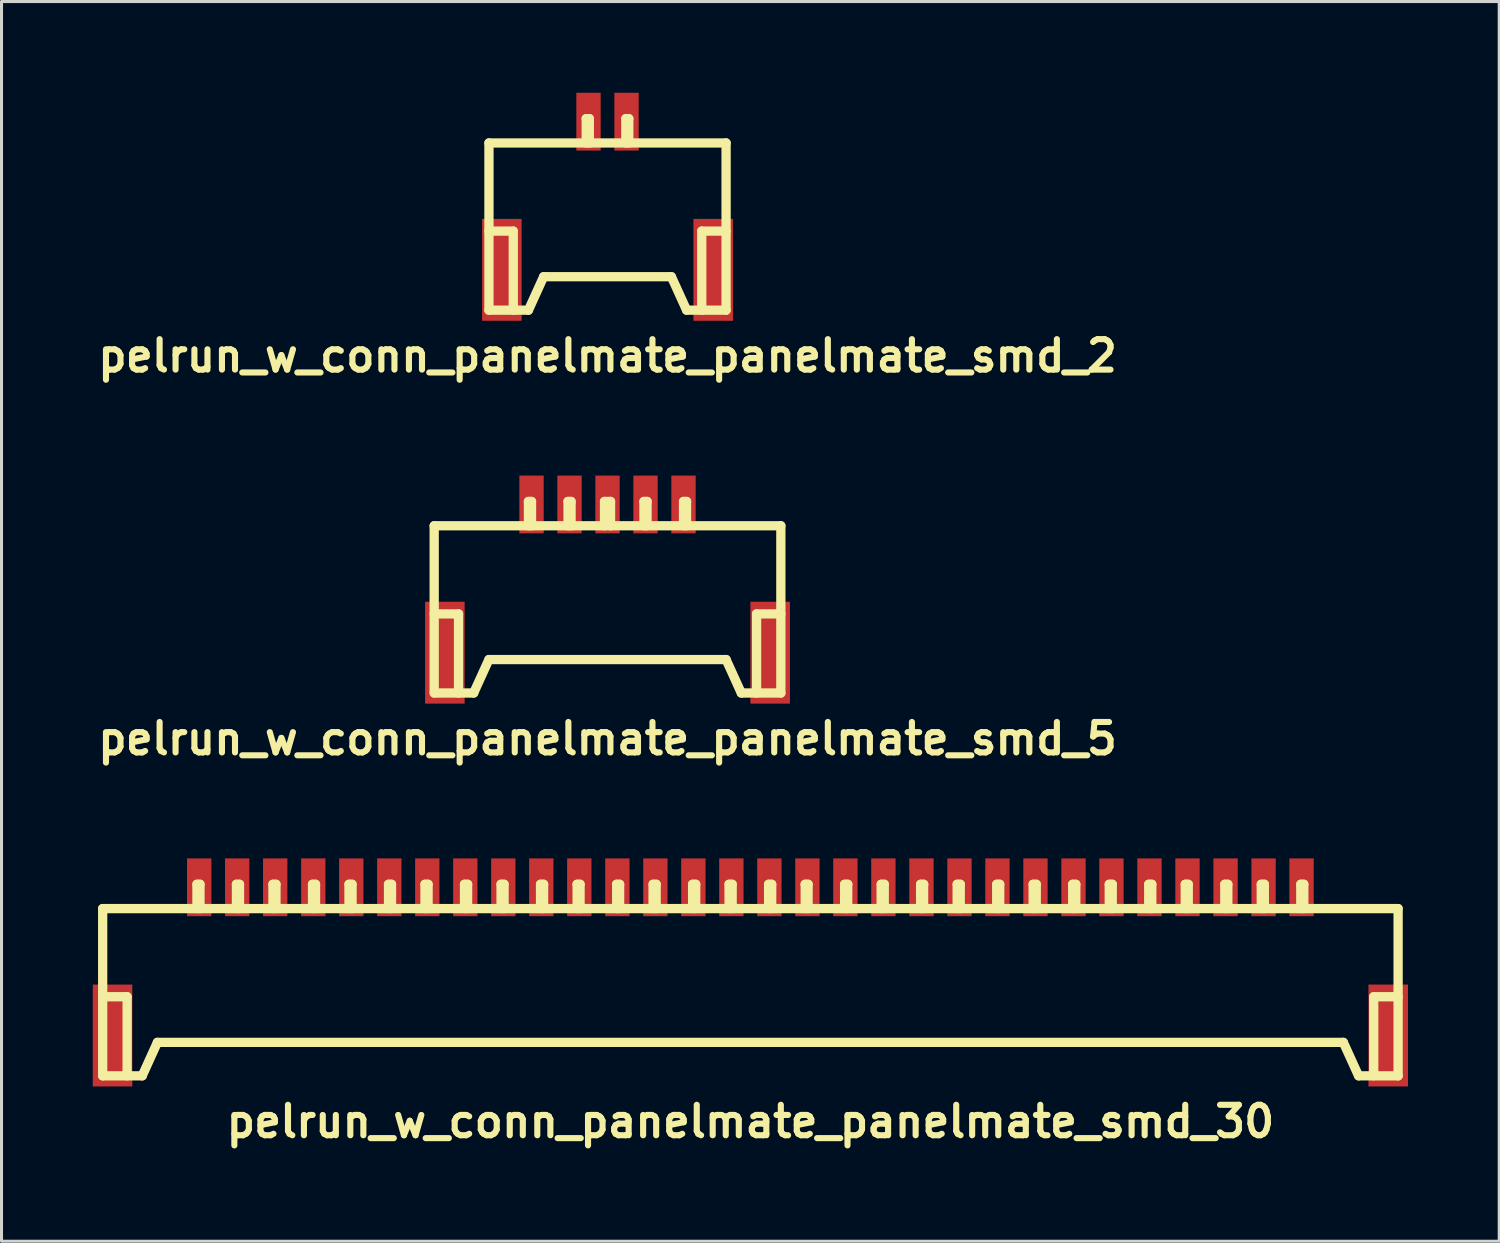
<source format=kicad_pcb>
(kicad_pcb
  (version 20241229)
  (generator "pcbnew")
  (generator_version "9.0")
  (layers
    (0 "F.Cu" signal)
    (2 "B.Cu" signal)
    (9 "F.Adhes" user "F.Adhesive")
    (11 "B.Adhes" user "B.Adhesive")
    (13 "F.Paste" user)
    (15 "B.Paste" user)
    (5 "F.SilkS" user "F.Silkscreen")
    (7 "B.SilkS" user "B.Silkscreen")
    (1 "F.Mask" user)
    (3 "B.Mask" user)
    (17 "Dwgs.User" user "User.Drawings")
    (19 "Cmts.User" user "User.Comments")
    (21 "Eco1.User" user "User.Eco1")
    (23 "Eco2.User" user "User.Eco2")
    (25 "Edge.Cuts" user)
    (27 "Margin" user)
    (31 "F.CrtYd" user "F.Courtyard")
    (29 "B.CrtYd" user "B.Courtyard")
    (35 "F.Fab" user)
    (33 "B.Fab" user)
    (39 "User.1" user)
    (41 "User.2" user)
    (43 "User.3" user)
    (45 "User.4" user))
  (footprint "pelrun_w_conn_panelmate_panelmate_smd_5"
    (layer "F.Cu")
    (at 16.928 17.039)
    (property "Reference" "pelrun_w_conn_panelmate_panelmate_smd_5" (at 0 4.201 0) (layer "F.SilkS") (effects (font (size 1.001 1.001) (thickness 0.201))))
    (attr through_hole)
    (fp_line (start -5.7 -2.799) (end -5.7 2.7) (stroke (width 0.305) (type solid)) (layer "F.SilkS"))
    (fp_line (start -5.7 -2.799) (end 5.7 -2.799) (stroke (width 0.305) (type solid)) (layer "F.SilkS"))
    (fp_line (start -5.7 0.099) (end -4.9 0.099) (stroke (width 0.305) (type solid)) (layer "F.SilkS"))
    (fp_line (start -4.9 0.099) (end -4.9 2.7) (stroke (width 0.305) (type solid)) (layer "F.SilkS"))
    (fp_line (start -4.402 2.7) (end -3.901 1.6) (stroke (width 0.305) (type solid)) (layer "F.SilkS"))
    (fp_line (start -4.399 2.7) (end -5.697 2.7) (stroke (width 0.305) (type solid)) (layer "F.SilkS"))
    (fp_line (start -2.601 -3.599) (end -2.499 -3.599) (stroke (width 0.305) (type solid)) (layer "F.SilkS"))
    (fp_line (start -2.601 -2.799) (end -2.601 -3.599) (stroke (width 0.305) (type solid)) (layer "F.SilkS"))
    (fp_line (start -2.499 -3.599) (end -2.499 -2.799) (stroke (width 0.305) (type solid)) (layer "F.SilkS"))
    (fp_line (start -1.3 -3.599) (end -1.199 -3.599) (stroke (width 0.305) (type solid)) (layer "F.SilkS"))
    (fp_line (start -1.298 -2.799) (end -1.298 -3.599) (stroke (width 0.305) (type solid)) (layer "F.SilkS"))
    (fp_line (start -1.199 -3.599) (end -1.199 -2.799) (stroke (width 0.305) (type solid)) (layer "F.SilkS"))
    (fp_line (start -0.099 -3.599) (end -0.099 -2.799) (stroke (width 0.305) (type solid)) (layer "F.SilkS"))
    (fp_line (start -0.099 -3.599) (end 0.099 -3.599) (stroke (width 0.305) (type solid)) (layer "F.SilkS"))
    (fp_line (start 0.099 -3.599) (end 0.099 -2.799) (stroke (width 0.305) (type solid)) (layer "F.SilkS"))
    (fp_line (start 1.199 -3.599) (end 1.199 -2.799) (stroke (width 0.305) (type solid)) (layer "F.SilkS"))
    (fp_line (start 1.3 -3.599) (end 1.199 -3.599) (stroke (width 0.305) (type solid)) (layer "F.SilkS"))
    (fp_line (start 1.3 -2.799) (end 1.3 -3.599) (stroke (width 0.305) (type solid)) (layer "F.SilkS"))
    (fp_line (start 2.499 -2.799) (end 2.499 -3.599) (stroke (width 0.305) (type solid)) (layer "F.SilkS"))
    (fp_line (start 2.502 -3.599) (end 2.601 -3.599) (stroke (width 0.305) (type solid)) (layer "F.SilkS"))
    (fp_line (start 2.598 -3.599) (end 2.598 -2.799) (stroke (width 0.305) (type solid)) (layer "F.SilkS"))
    (fp_line (start 3.899 1.6) (end -3.899 1.6) (stroke (width 0.305) (type solid)) (layer "F.SilkS"))
    (fp_line (start 3.899 1.6) (end 4.399 2.7) (stroke (width 0.305) (type solid)) (layer "F.SilkS"))
    (fp_line (start 4.402 2.7) (end 5.7 2.7) (stroke (width 0.305) (type solid)) (layer "F.SilkS"))
    (fp_line (start 4.902 0.099) (end 4.902 2.7) (stroke (width 0.305) (type solid)) (layer "F.SilkS"))
    (fp_line (start 5.7 -2.799) (end 5.7 2.7) (stroke (width 0.305) (type solid)) (layer "F.SilkS"))
    (fp_line (start 5.7 0.099) (end 4.9 0.099) (stroke (width 0.305) (type solid)) (layer "F.SilkS"))
    (pad "1" smd rect (at -2.499 -3.5) (size 0.8 1.9) (layers "F.Cu" "F.Mask" "F.Paste"))
    (pad "2" smd rect (at -1.25 -3.5) (size 0.8 1.9) (layers "F.Cu" "F.Mask" "F.Paste"))
    (pad "3" smd rect (at 0 -3.5) (size 0.8 1.9) (layers "F.Cu" "F.Mask" "F.Paste"))
    (pad "4" smd rect (at 1.25 -3.5) (size 0.8 1.9) (layers "F.Cu" "F.Mask" "F.Paste"))
    (pad "5" smd rect (at 2.499 -3.5) (size 0.8 1.9) (layers "F.Cu" "F.Mask" "F.Paste"))
    (pad "6" smd rect (at -5.349 1.374) (size 1.3 3.35) (layers "F.Cu" "F.Mask" "F.Paste"))
    (pad "6" smd rect (at 5.349 1.374) (size 1.3 3.35) (layers "F.Cu" "F.Mask" "F.Paste")))
  (footprint "pelrun_w_conn_panelmate_panelmate_smd_2"
    (layer "F.Cu")
    (at 16.928 4.45)
    (property "Reference" "pelrun_w_conn_panelmate_panelmate_smd_2" (at 0 4.201 0) (layer "F.SilkS") (effects (font (size 1.001 1.001) (thickness 0.201))))
    (attr through_hole)
    (fp_line (start -3.899 -2.799) (end 3.899 -2.799) (stroke (width 0.305) (type solid)) (layer "F.SilkS"))
    (fp_line (start -3.899 0.099) (end -3.099 0.099) (stroke (width 0.305) (type solid)) (layer "F.SilkS"))
    (fp_line (start -3.899 2.7) (end -3.899 -2.799) (stroke (width 0.305) (type solid)) (layer "F.SilkS"))
    (fp_line (start -3.099 0.099) (end -3.099 2.7) (stroke (width 0.305) (type solid)) (layer "F.SilkS"))
    (fp_line (start -2.601 2.7) (end -3.899 2.7) (stroke (width 0.305) (type solid)) (layer "F.SilkS"))
    (fp_line (start -2.601 2.7) (end -2.101 1.6) (stroke (width 0.305) (type solid)) (layer "F.SilkS"))
    (fp_line (start -2.101 1.6) (end 2.101 1.6) (stroke (width 0.305) (type solid)) (layer "F.SilkS"))
    (fp_line (start -0.701 -3.599) (end -0.599 -3.599) (stroke (width 0.305) (type solid)) (layer "F.SilkS"))
    (fp_line (start -0.701 -2.799) (end -0.701 -3.599) (stroke (width 0.305) (type solid)) (layer "F.SilkS"))
    (fp_line (start -0.599 -3.599) (end -0.599 -2.799) (stroke (width 0.305) (type solid)) (layer "F.SilkS"))
    (fp_line (start 0.602 -3.599) (end 0.701 -3.599) (stroke (width 0.305) (type solid)) (layer "F.SilkS"))
    (fp_line (start 0.602 -2.799) (end 0.602 -3.599) (stroke (width 0.305) (type solid)) (layer "F.SilkS"))
    (fp_line (start 0.699 -3.599) (end 0.699 -2.799) (stroke (width 0.305) (type solid)) (layer "F.SilkS"))
    (fp_line (start 2.101 1.6) (end 2.601 2.7) (stroke (width 0.305) (type solid)) (layer "F.SilkS"))
    (fp_line (start 2.601 2.7) (end 3.899 2.7) (stroke (width 0.305) (type solid)) (layer "F.SilkS"))
    (fp_line (start 3.099 0.099) (end 3.099 2.7) (stroke (width 0.305) (type solid)) (layer "F.SilkS"))
    (fp_line (start 3.899 -2.799) (end 3.899 2.7) (stroke (width 0.305) (type solid)) (layer "F.SilkS"))
    (fp_line (start 3.899 0.099) (end 3.099 0.099) (stroke (width 0.305) (type solid)) (layer "F.SilkS"))
    (pad "1" smd rect (at -0.625 -3.5) (size 0.8 1.9) (layers "F.Cu" "F.Mask" "F.Paste"))
    (pad "2" smd rect (at 0.625 -3.5) (size 0.8 1.9) (layers "F.Cu" "F.Mask" "F.Paste"))
    (pad "3" smd rect (at -3.475 1.374) (size 1.3 3.35) (layers "F.Cu" "F.Mask" "F.Paste"))
    (pad "3" smd rect (at 3.475 1.374) (size 1.3 3.35) (layers "F.Cu" "F.Mask" "F.Paste")))
  (footprint "pelrun_w_conn_panelmate_panelmate_smd_30"
    (layer "F.Cu")
    (at 21.626 29.628)
    (property "Reference" "pelrun_w_conn_panelmate_panelmate_smd_30" (at 0 4.201 0) (layer "F.SilkS") (effects (font (size 1.001 1.001) (thickness 0.201))))
    (attr through_hole)
    (fp_line (start -21.3 -2.799) (end -21.3 2.7) (stroke (width 0.305) (type solid)) (layer "F.SilkS"))
    (fp_line (start -21.298 0.099) (end -20.498 0.099) (stroke (width 0.305) (type solid)) (layer "F.SilkS"))
    (fp_line (start -20.495 0.099) (end -20.495 2.7) (stroke (width 0.305) (type solid)) (layer "F.SilkS"))
    (fp_line (start -20 2.7) (end -19.5 1.6) (stroke (width 0.305) (type solid)) (layer "F.SilkS"))
    (fp_line (start -19.997 2.7) (end -21.295 2.7) (stroke (width 0.305) (type solid)) (layer "F.SilkS"))
    (fp_line (start -19.5 1.6) (end 19.5 1.6) (stroke (width 0.305) (type solid)) (layer "F.SilkS"))
    (fp_line (start -18.199 -3.599) (end -18.1 -3.599) (stroke (width 0.305) (type solid)) (layer "F.SilkS"))
    (fp_line (start -18.199 -2.799) (end -18.199 -3.599) (stroke (width 0.305) (type solid)) (layer "F.SilkS"))
    (fp_line (start -18.1 -3.599) (end -18.1 -2.799) (stroke (width 0.305) (type solid)) (layer "F.SilkS"))
    (fp_line (start -16.901 -3.599) (end -16.8 -3.599) (stroke (width 0.305) (type solid)) (layer "F.SilkS"))
    (fp_line (start -16.901 -2.799) (end -16.901 -3.599) (stroke (width 0.305) (type solid)) (layer "F.SilkS"))
    (fp_line (start -16.8 -3.599) (end -16.8 -2.799) (stroke (width 0.305) (type solid)) (layer "F.SilkS"))
    (fp_line (start -15.7 -3.599) (end -15.601 -3.599) (stroke (width 0.305) (type solid)) (layer "F.SilkS"))
    (fp_line (start -15.7 -2.799) (end -15.7 -3.599) (stroke (width 0.305) (type solid)) (layer "F.SilkS"))
    (fp_line (start -15.601 -3.599) (end -15.601 -2.799) (stroke (width 0.305) (type solid)) (layer "F.SilkS"))
    (fp_line (start -14.399 -3.599) (end -14.3 -3.599) (stroke (width 0.305) (type solid)) (layer "F.SilkS"))
    (fp_line (start -14.399 -2.799) (end -14.399 -3.599) (stroke (width 0.305) (type solid)) (layer "F.SilkS"))
    (fp_line (start -14.3 -3.599) (end -14.3 -2.799) (stroke (width 0.305) (type solid)) (layer "F.SilkS"))
    (fp_line (start -13.2 -3.599) (end -13.099 -3.599) (stroke (width 0.305) (type solid)) (layer "F.SilkS"))
    (fp_line (start -13.2 -2.799) (end -13.2 -3.599) (stroke (width 0.305) (type solid)) (layer "F.SilkS"))
    (fp_line (start -13.099 -3.599) (end -13.099 -2.799) (stroke (width 0.305) (type solid)) (layer "F.SilkS"))
    (fp_line (start -11.9 -3.599) (end -11.9 -2.799) (stroke (width 0.305) (type solid)) (layer "F.SilkS"))
    (fp_line (start -11.801 -3.599) (end -11.9 -3.599) (stroke (width 0.305) (type solid)) (layer "F.SilkS"))
    (fp_line (start -11.801 -2.799) (end -11.801 -3.599) (stroke (width 0.305) (type solid)) (layer "F.SilkS"))
    (fp_line (start -10.701 -3.599) (end -10.599 -3.599) (stroke (width 0.305) (type solid)) (layer "F.SilkS"))
    (fp_line (start -10.701 -2.799) (end -10.701 -3.599) (stroke (width 0.305) (type solid)) (layer "F.SilkS"))
    (fp_line (start -10.599 -3.599) (end -10.599 -2.799) (stroke (width 0.305) (type solid)) (layer "F.SilkS"))
    (fp_line (start -9.401 -3.599) (end -9.401 -2.799) (stroke (width 0.305) (type solid)) (layer "F.SilkS"))
    (fp_line (start -9.299 -3.599) (end -9.401 -3.599) (stroke (width 0.305) (type solid)) (layer "F.SilkS"))
    (fp_line (start -9.299 -2.799) (end -9.299 -3.599) (stroke (width 0.305) (type solid)) (layer "F.SilkS"))
    (fp_line (start -8.199 -3.599) (end -8.1 -3.599) (stroke (width 0.305) (type solid)) (layer "F.SilkS"))
    (fp_line (start -8.199 -2.799) (end -8.199 -3.599) (stroke (width 0.305) (type solid)) (layer "F.SilkS"))
    (fp_line (start -8.1 -3.599) (end -8.1 -2.799) (stroke (width 0.305) (type solid)) (layer "F.SilkS"))
    (fp_line (start -6.901 -3.599) (end -6.901 -2.799) (stroke (width 0.305) (type solid)) (layer "F.SilkS"))
    (fp_line (start -6.8 -3.599) (end -6.901 -3.599) (stroke (width 0.305) (type solid)) (layer "F.SilkS"))
    (fp_line (start -6.8 -2.799) (end -6.8 -3.599) (stroke (width 0.305) (type solid)) (layer "F.SilkS"))
    (fp_line (start -5.702 -3.599) (end -5.601 -3.599) (stroke (width 0.305) (type solid)) (layer "F.SilkS"))
    (fp_line (start -5.697 -2.799) (end -5.697 -3.599) (stroke (width 0.305) (type solid)) (layer "F.SilkS"))
    (fp_line (start -5.601 -3.599) (end -5.601 -2.799) (stroke (width 0.305) (type solid)) (layer "F.SilkS"))
    (fp_line (start -4.402 -3.599) (end -4.3 -3.599) (stroke (width 0.305) (type solid)) (layer "F.SilkS"))
    (fp_line (start -4.397 -2.799) (end -4.397 -3.599) (stroke (width 0.305) (type solid)) (layer "F.SilkS"))
    (fp_line (start -4.3 -3.599) (end -4.3 -2.799) (stroke (width 0.305) (type solid)) (layer "F.SilkS"))
    (fp_line (start -3.2 -3.599) (end -3.2 -2.799) (stroke (width 0.305) (type solid)) (layer "F.SilkS"))
    (fp_line (start -3.099 -3.599) (end -3.099 -2.799) (stroke (width 0.305) (type solid)) (layer "F.SilkS"))
    (fp_line (start -3.096 -3.599) (end -3.198 -3.599) (stroke (width 0.305) (type solid)) (layer "F.SilkS"))
    (fp_line (start -1.9 -3.599) (end -1.798 -3.599) (stroke (width 0.305) (type solid)) (layer "F.SilkS"))
    (fp_line (start -1.9 -2.799) (end -1.9 -3.599) (stroke (width 0.305) (type solid)) (layer "F.SilkS"))
    (fp_line (start -1.798 -3.599) (end -1.798 -2.799) (stroke (width 0.305) (type solid)) (layer "F.SilkS"))
    (fp_line (start -0.701 -3.599) (end -0.599 -3.599) (stroke (width 0.305) (type solid)) (layer "F.SilkS"))
    (fp_line (start -0.701 -2.799) (end -0.701 -3.599) (stroke (width 0.305) (type solid)) (layer "F.SilkS"))
    (fp_line (start -0.599 -3.599) (end -0.599 -2.799) (stroke (width 0.305) (type solid)) (layer "F.SilkS"))
    (fp_line (start 0.599 -3.599) (end 0.599 -2.799) (stroke (width 0.305) (type solid)) (layer "F.SilkS"))
    (fp_line (start 0.701 -3.599) (end 0.599 -3.599) (stroke (width 0.305) (type solid)) (layer "F.SilkS"))
    (fp_line (start 0.701 -2.799) (end 0.701 -3.599) (stroke (width 0.305) (type solid)) (layer "F.SilkS"))
    (fp_line (start 1.803 -3.599) (end 1.803 -2.799) (stroke (width 0.305) (type solid)) (layer "F.SilkS"))
    (fp_line (start 1.897 -3.599) (end 1.897 -2.799) (stroke (width 0.305) (type solid)) (layer "F.SilkS"))
    (fp_line (start 1.9 -3.599) (end 1.798 -3.599) (stroke (width 0.305) (type solid)) (layer "F.SilkS"))
    (fp_line (start 3.099 -3.599) (end 3.099 -2.799) (stroke (width 0.305) (type solid)) (layer "F.SilkS"))
    (fp_line (start 3.104 -3.599) (end 3.203 -3.599) (stroke (width 0.305) (type solid)) (layer "F.SilkS"))
    (fp_line (start 3.2 -2.799) (end 3.2 -3.599) (stroke (width 0.305) (type solid)) (layer "F.SilkS"))
    (fp_line (start 4.3 -3.599) (end 4.3 -2.799) (stroke (width 0.305) (type solid)) (layer "F.SilkS"))
    (fp_line (start 4.402 -2.799) (end 4.402 -3.599) (stroke (width 0.305) (type solid)) (layer "F.SilkS"))
    (fp_line (start 4.404 -3.599) (end 4.303 -3.599) (stroke (width 0.305) (type solid)) (layer "F.SilkS"))
    (fp_line (start 5.598 -3.599) (end 5.598 -2.799) (stroke (width 0.305) (type solid)) (layer "F.SilkS"))
    (fp_line (start 5.601 -3.599) (end 5.7 -3.599) (stroke (width 0.305) (type solid)) (layer "F.SilkS"))
    (fp_line (start 5.697 -2.799) (end 5.697 -3.599) (stroke (width 0.305) (type solid)) (layer "F.SilkS"))
    (fp_line (start 6.8 -3.599) (end 6.901 -3.599) (stroke (width 0.305) (type solid)) (layer "F.SilkS"))
    (fp_line (start 6.8 -2.799) (end 6.8 -3.599) (stroke (width 0.305) (type solid)) (layer "F.SilkS"))
    (fp_line (start 6.901 -3.599) (end 6.901 -2.799) (stroke (width 0.305) (type solid)) (layer "F.SilkS"))
    (fp_line (start 8.1 -3.599) (end 8.1 -2.799) (stroke (width 0.305) (type solid)) (layer "F.SilkS"))
    (fp_line (start 8.199 -3.599) (end 8.1 -3.599) (stroke (width 0.305) (type solid)) (layer "F.SilkS"))
    (fp_line (start 8.199 -2.799) (end 8.199 -3.599) (stroke (width 0.305) (type solid)) (layer "F.SilkS"))
    (fp_line (start 9.299 -3.599) (end 9.401 -3.599) (stroke (width 0.305) (type solid)) (layer "F.SilkS"))
    (fp_line (start 9.299 -2.799) (end 9.299 -3.599) (stroke (width 0.305) (type solid)) (layer "F.SilkS"))
    (fp_line (start 9.401 -3.599) (end 9.401 -2.799) (stroke (width 0.305) (type solid)) (layer "F.SilkS"))
    (fp_line (start 10.599 -3.599) (end 10.701 -3.599) (stroke (width 0.305) (type solid)) (layer "F.SilkS"))
    (fp_line (start 10.599 -2.799) (end 10.599 -3.599) (stroke (width 0.305) (type solid)) (layer "F.SilkS"))
    (fp_line (start 10.701 -3.599) (end 10.701 -2.799) (stroke (width 0.305) (type solid)) (layer "F.SilkS"))
    (fp_line (start 11.801 -3.599) (end 11.9 -3.599) (stroke (width 0.305) (type solid)) (layer "F.SilkS"))
    (fp_line (start 11.801 -2.799) (end 11.801 -3.599) (stroke (width 0.305) (type solid)) (layer "F.SilkS"))
    (fp_line (start 11.9 -3.599) (end 11.9 -2.799) (stroke (width 0.305) (type solid)) (layer "F.SilkS"))
    (fp_line (start 13.099 -3.599) (end 13.2 -3.599) (stroke (width 0.305) (type solid)) (layer "F.SilkS"))
    (fp_line (start 13.099 -2.799) (end 13.099 -3.599) (stroke (width 0.305) (type solid)) (layer "F.SilkS"))
    (fp_line (start 13.2 -3.599) (end 13.2 -2.799) (stroke (width 0.305) (type solid)) (layer "F.SilkS"))
    (fp_line (start 14.3 -3.599) (end 14.3 -2.799) (stroke (width 0.305) (type solid)) (layer "F.SilkS"))
    (fp_line (start 14.399 -3.599) (end 14.3 -3.599) (stroke (width 0.305) (type solid)) (layer "F.SilkS"))
    (fp_line (start 14.399 -2.799) (end 14.399 -3.599) (stroke (width 0.305) (type solid)) (layer "F.SilkS"))
    (fp_line (start 15.601 -3.599) (end 15.7 -3.599) (stroke (width 0.305) (type solid)) (layer "F.SilkS"))
    (fp_line (start 15.601 -2.799) (end 15.601 -3.599) (stroke (width 0.305) (type solid)) (layer "F.SilkS"))
    (fp_line (start 15.7 -3.599) (end 15.7 -2.799) (stroke (width 0.305) (type solid)) (layer "F.SilkS"))
    (fp_line (start 16.8 -3.599) (end 16.901 -3.599) (stroke (width 0.305) (type solid)) (layer "F.SilkS"))
    (fp_line (start 16.8 -2.799) (end 16.8 -3.599) (stroke (width 0.305) (type solid)) (layer "F.SilkS"))
    (fp_line (start 16.901 -3.599) (end 16.901 -2.799) (stroke (width 0.305) (type solid)) (layer "F.SilkS"))
    (fp_line (start 18.1 -3.599) (end 18.199 -3.599) (stroke (width 0.305) (type solid)) (layer "F.SilkS"))
    (fp_line (start 18.1 -2.799) (end 18.1 -3.599) (stroke (width 0.305) (type solid)) (layer "F.SilkS"))
    (fp_line (start 18.199 -3.599) (end 18.199 -2.799) (stroke (width 0.305) (type solid)) (layer "F.SilkS"))
    (fp_line (start 19.5 1.6) (end 20 2.7) (stroke (width 0.305) (type solid)) (layer "F.SilkS"))
    (fp_line (start 20.005 2.7) (end 21.303 2.7) (stroke (width 0.305) (type solid)) (layer "F.SilkS"))
    (fp_line (start 20.498 0.097) (end 20.498 2.697) (stroke (width 0.305) (type solid)) (layer "F.SilkS"))
    (fp_line (start 21.3 -2.799) (end -21.3 -2.799) (stroke (width 0.305) (type solid)) (layer "F.SilkS"))
    (fp_line (start 21.3 -2.799) (end 21.3 2.7) (stroke (width 0.305) (type solid)) (layer "F.SilkS"))
    (fp_line (start 21.303 0.099) (end 20.503 0.099) (stroke (width 0.305) (type solid)) (layer "F.SilkS"))
    (pad "1" smd rect (at -18.125 -3.5) (size 0.8 1.9) (layers "F.Cu" "F.Mask" "F.Paste"))
    (pad "2" smd rect (at -16.876 -3.5) (size 0.8 1.9) (layers "F.Cu" "F.Mask" "F.Paste"))
    (pad "3" smd rect (at -15.626 -3.5) (size 0.8 1.9) (layers "F.Cu" "F.Mask" "F.Paste"))
    (pad "4" smd rect (at -14.374 -3.5) (size 0.8 1.9) (layers "F.Cu" "F.Mask" "F.Paste"))
    (pad "5" smd rect (at -13.124 -3.5) (size 0.8 1.9) (layers "F.Cu" "F.Mask" "F.Paste"))
    (pad "6" smd rect (at -11.874 -3.5) (size 0.8 1.9) (layers "F.Cu" "F.Mask" "F.Paste"))
    (pad "7" smd rect (at -10.625 -3.5) (size 0.8 1.9) (layers "F.Cu" "F.Mask" "F.Paste"))
    (pad "8" smd rect (at -9.375 -3.5) (size 0.8 1.9) (layers "F.Cu" "F.Mask" "F.Paste"))
    (pad "9" smd rect (at -8.125 -3.5) (size 0.8 1.9) (layers "F.Cu" "F.Mask" "F.Paste"))
    (pad "10" smd rect (at -6.876 -3.5) (size 0.8 1.9) (layers "F.Cu" "F.Mask" "F.Paste"))
    (pad "11" smd rect (at -5.626 -3.5) (size 0.8 1.9) (layers "F.Cu" "F.Mask" "F.Paste"))
    (pad "12" smd rect (at -4.374 -3.5) (size 0.8 1.9) (layers "F.Cu" "F.Mask" "F.Paste"))
    (pad "13" smd rect (at -3.124 -3.5) (size 0.8 1.9) (layers "F.Cu" "F.Mask" "F.Paste"))
    (pad "14" smd rect (at -1.875 -3.5) (size 0.8 1.9) (layers "F.Cu" "F.Mask" "F.Paste"))
    (pad "15" smd rect (at -0.625 -3.5) (size 0.8 1.9) (layers "F.Cu" "F.Mask" "F.Paste"))
    (pad "16" smd rect (at 0.625 -3.5) (size 0.8 1.9) (layers "F.Cu" "F.Mask" "F.Paste"))
    (pad "17" smd rect (at 1.875 -3.5) (size 0.8 1.9) (layers "F.Cu" "F.Mask" "F.Paste"))
    (pad "18" smd rect (at 3.124 -3.5) (size 0.8 1.9) (layers "F.Cu" "F.Mask" "F.Paste"))
    (pad "19" smd rect (at 4.374 -3.5) (size 0.8 1.9) (layers "F.Cu" "F.Mask" "F.Paste"))
    (pad "20" smd rect (at 5.626 -3.5) (size 0.8 1.9) (layers "F.Cu" "F.Mask" "F.Paste"))
    (pad "21" smd rect (at 6.876 -3.5) (size 0.8 1.9) (layers "F.Cu" "F.Mask" "F.Paste"))
    (pad "22" smd rect (at 8.125 -3.5) (size 0.8 1.9) (layers "F.Cu" "F.Mask" "F.Paste"))
    (pad "23" smd rect (at 9.375 -3.5) (size 0.8 1.9) (layers "F.Cu" "F.Mask" "F.Paste"))
    (pad "24" smd rect (at 10.625 -3.5) (size 0.8 1.9) (layers "F.Cu" "F.Mask" "F.Paste"))
    (pad "25" smd rect (at 11.874 -3.5) (size 0.8 1.9) (layers "F.Cu" "F.Mask" "F.Paste"))
    (pad "26" smd rect (at 13.124 -3.5) (size 0.8 1.9) (layers "F.Cu" "F.Mask" "F.Paste"))
    (pad "27" smd rect (at 14.374 -3.5) (size 0.8 1.9) (layers "F.Cu" "F.Mask" "F.Paste"))
    (pad "28" smd rect (at 15.626 -3.5) (size 0.8 1.9) (layers "F.Cu" "F.Mask" "F.Paste"))
    (pad "29" smd rect (at 16.876 -3.5) (size 0.8 1.9) (layers "F.Cu" "F.Mask" "F.Paste"))
    (pad "30" smd rect (at 18.125 -3.5) (size 0.8 1.9) (layers "F.Cu" "F.Mask" "F.Paste"))
    (pad "31" smd rect (at -20.975 1.374) (size 1.3 3.35) (layers "F.Cu" "F.Mask" "F.Paste"))
    (pad "31" smd rect (at 20.975 1.374) (size 1.3 3.35) (layers "F.Cu" "F.Mask" "F.Paste")))
  (gr_rect
    (start -3 -3)
    (end 46.251 37.767)
    (stroke (width 0.1) (type default))
    (fill no)
    (layer "Edge.Cuts")))
</source>
